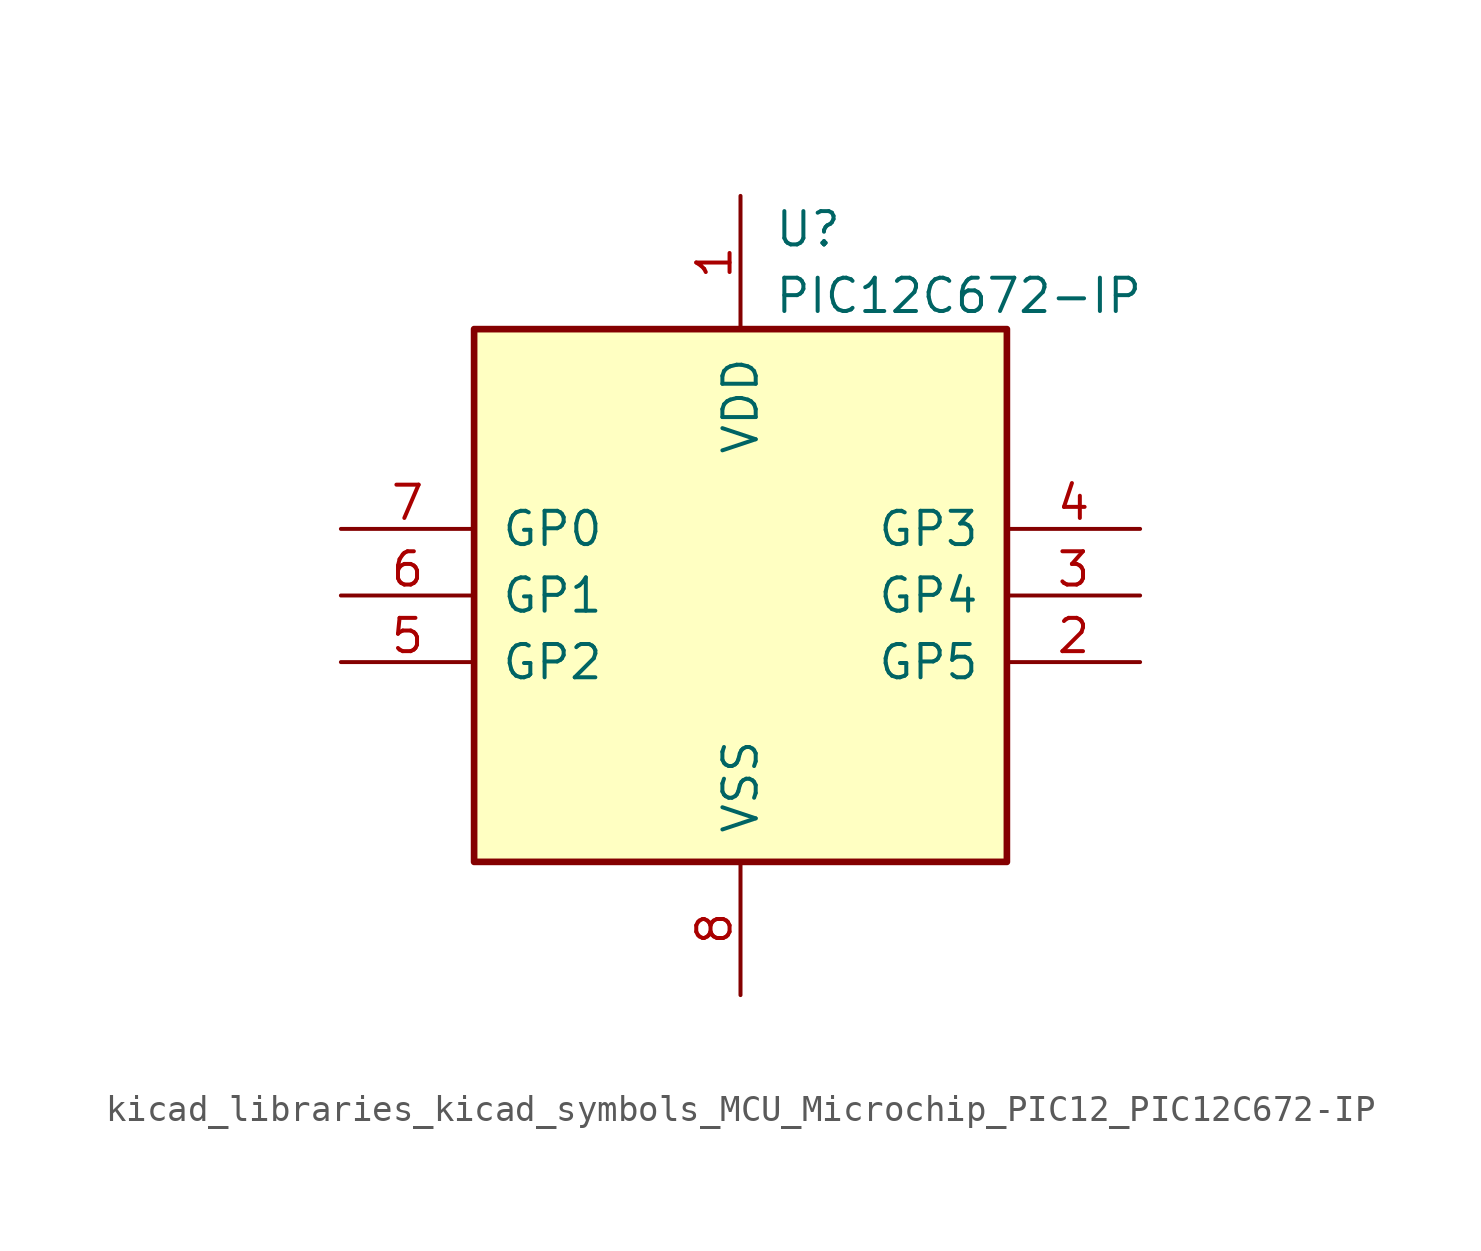
<source format=kicad_sym>
(kicad_symbol_lib
  (version 20220914)
  (generator kicad_symbol_editor)
  (symbol "kicad_libraries_kicad_symbols_MCU_Microchip_PIC12_PIC12C672-IP"
    (pin_names
      (offset 1.016))
    (property "Reference" "U"
      (at 1.27 13.97 0)
      (effects (font (size 1.27 1.27)) (justify left)))
    (property "Value" "PIC12C672-IP"
      (at 1.27 11.43 0)
      (effects (font (size 1.27 1.27)) (justify left)))
    (symbol "kicad_libraries_kicad_symbols_MCU_Microchip_PIC12_PIC12C672-IP_0_1"
      (rectangle (start 10.16 -10.16) (end -10.16 10.16) (stroke (width 0.254) (type default)) (fill (type background))))
    (symbol "kicad_libraries_kicad_symbols_MCU_Microchip_PIC12_PIC12C672-IP_1_1"
      (pin power_in line (at 0 15.24 270) (length 5.08) (name "VDD" (effects (font (size 1.27 1.27)))) (number "1" (effects (font (size 1.27 1.27)))))
      (pin bidirectional line (at 15.24 -2.54 180) (length 5.08) (name "GP5" (effects (font (size 1.27 1.27)))) (number "2" (effects (font (size 1.27 1.27)))))
      (pin bidirectional line (at 15.24 0 180) (length 5.08) (name "GP4" (effects (font (size 1.27 1.27)))) (number "3" (effects (font (size 1.27 1.27)))))
      (pin input line (at 15.24 2.54 180) (length 5.08) (name "GP3" (effects (font (size 1.27 1.27)))) (number "4" (effects (font (size 1.27 1.27)))))
      (pin bidirectional line (at -15.24 -2.54 0) (length 5.08) (name "GP2" (effects (font (size 1.27 1.27)))) (number "5" (effects (font (size 1.27 1.27)))))
      (pin bidirectional line (at -15.24 0 0) (length 5.08) (name "GP1" (effects (font (size 1.27 1.27)))) (number "6" (effects (font (size 1.27 1.27)))))
      (pin bidirectional line (at -15.24 2.54 0) (length 5.08) (name "GP0" (effects (font (size 1.27 1.27)))) (number "7" (effects (font (size 1.27 1.27)))))
      (pin power_in line (at 0 -15.24 90) (length 5.08) (name "VSS" (effects (font (size 1.27 1.27)))) (number "8" (effects (font (size 1.27 1.27))))))))
</source>
